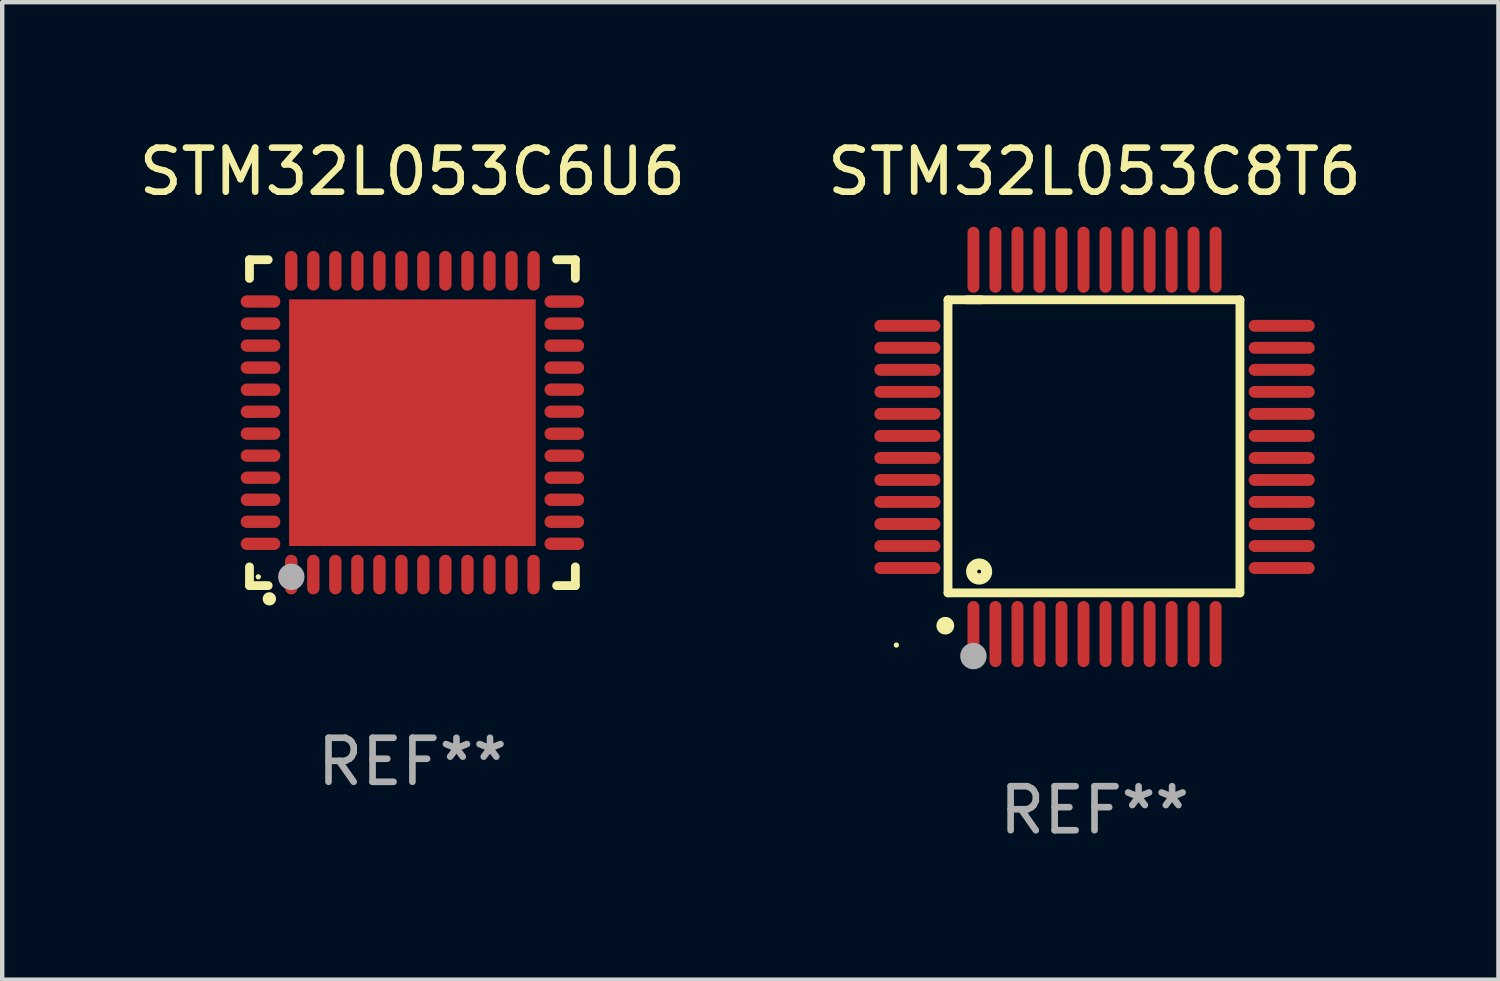
<source format=kicad_pcb>
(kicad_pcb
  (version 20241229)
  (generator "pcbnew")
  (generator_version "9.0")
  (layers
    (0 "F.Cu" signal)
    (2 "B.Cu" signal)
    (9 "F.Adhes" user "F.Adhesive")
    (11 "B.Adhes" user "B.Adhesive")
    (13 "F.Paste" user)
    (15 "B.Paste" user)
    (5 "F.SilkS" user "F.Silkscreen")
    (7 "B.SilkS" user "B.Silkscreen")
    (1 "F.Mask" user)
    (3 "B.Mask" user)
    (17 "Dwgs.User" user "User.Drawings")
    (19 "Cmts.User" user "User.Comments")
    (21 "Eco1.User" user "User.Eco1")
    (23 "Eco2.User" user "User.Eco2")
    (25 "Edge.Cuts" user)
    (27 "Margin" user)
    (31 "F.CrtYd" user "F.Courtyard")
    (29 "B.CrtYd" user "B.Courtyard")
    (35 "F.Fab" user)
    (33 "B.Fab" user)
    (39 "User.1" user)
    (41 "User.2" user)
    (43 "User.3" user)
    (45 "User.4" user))
  (footprint "STM32L053C6U6"
    (layer "F.Cu")
    (at 6.315 6.548)
    (property "Reference" "STM32L053C6U6" (at 0 -5.7 0) (layer "F.SilkS") (effects (font (size 1 1) (thickness 0.15))))
    (attr through_hole)
    (fp_line (start -3.7 -3.7) (end -3.275 -3.7) (stroke (width 0.2) (type solid)) (layer "F.SilkS"))
    (fp_line (start -3.7 -3.275) (end -3.7 -3.7) (stroke (width 0.2) (type solid)) (layer "F.SilkS"))
    (fp_line (start -3.7 3.7) (end -3.7 3.275) (stroke (width 0.2) (type solid)) (layer "F.SilkS"))
    (fp_line (start -3.275 3.7) (end -3.7 3.7) (stroke (width 0.2) (type solid)) (layer "F.SilkS"))
    (fp_line (start 3.7 -3.7) (end 3.275 -3.7) (stroke (width 0.2) (type solid)) (layer "F.SilkS"))
    (fp_line (start 3.7 -3.275) (end 3.7 -3.7) (stroke (width 0.2) (type solid)) (layer "F.SilkS"))
    (fp_line (start 3.7 3.275) (end 3.7 3.7) (stroke (width 0.2) (type solid)) (layer "F.SilkS"))
    (fp_line (start 3.7 3.7) (end 3.275 3.7) (stroke (width 0.2) (type solid)) (layer "F.SilkS"))
    (fp_arc (start -3.249936 3.999975) (mid -3.248666 3.99997) (end -3.247396 3.999975) (stroke (width 0.3) (type solid)) (layer "F.SilkS"))
    (fp_circle (center -3.5 3.5) (end -3.47 3.5) (stroke (width 0.06) (type solid)) (fill no) (layer "F.SilkS"))
    (fp_circle (center -2.75 3.5) (end -2.6 3.5) (stroke (width 0.3) (type solid)) (fill no) (layer "F.Fab"))
    (fp_text user "REF**" (at 0 7.7 0) (layer "F.Fab") (effects (font (size 1 1) (thickness 0.15))))
    (pad "1" smd oval (at -2.751 3.449) (size 0.28 0.9) (layers "F.Cu" "F.Mask" "F.Paste"))
    (pad "2" smd oval (at -2.25 3.449) (size 0.28 0.9) (layers "F.Cu" "F.Mask" "F.Paste"))
    (pad "3" smd oval (at -1.75 3.449) (size 0.28 0.9) (layers "F.Cu" "F.Mask" "F.Paste"))
    (pad "4" smd oval (at -1.25 3.449) (size 0.28 0.9) (layers "F.Cu" "F.Mask" "F.Paste"))
    (pad "5" smd oval (at -0.749 3.449) (size 0.28 0.9) (layers "F.Cu" "F.Mask" "F.Paste"))
    (pad "6" smd oval (at -0.249 3.449) (size 0.28 0.9) (layers "F.Cu" "F.Mask" "F.Paste"))
    (pad "7" smd oval (at 0.249 3.449) (size 0.28 0.9) (layers "F.Cu" "F.Mask" "F.Paste"))
    (pad "8" smd oval (at 0.749 3.449) (size 0.28 0.9) (layers "F.Cu" "F.Mask" "F.Paste"))
    (pad "9" smd oval (at 1.25 3.449) (size 0.28 0.9) (layers "F.Cu" "F.Mask" "F.Paste"))
    (pad "10" smd oval (at 1.75 3.449) (size 0.28 0.9) (layers "F.Cu" "F.Mask" "F.Paste"))
    (pad "11" smd oval (at 2.251 3.449) (size 0.28 0.9) (layers "F.Cu" "F.Mask" "F.Paste"))
    (pad "12" smd oval (at 2.751 3.449) (size 0.28 0.9) (layers "F.Cu" "F.Mask" "F.Paste"))
    (pad "13" smd oval (at 3.449 2.75) (size 0.9 0.28) (layers "F.Cu" "F.Mask" "F.Paste"))
    (pad "14" smd oval (at 3.449 2.25) (size 0.9 0.28) (layers "F.Cu" "F.Mask" "F.Paste"))
    (pad "15" smd oval (at 3.449 1.75) (size 0.9 0.28) (layers "F.Cu" "F.Mask" "F.Paste"))
    (pad "16" smd oval (at 3.449 1.25) (size 0.9 0.28) (layers "F.Cu" "F.Mask" "F.Paste"))
    (pad "17" smd oval (at 3.449 0.75) (size 0.9 0.28) (layers "F.Cu" "F.Mask" "F.Paste"))
    (pad "18" smd oval (at 3.449 0.25) (size 0.9 0.28) (layers "F.Cu" "F.Mask" "F.Paste"))
    (pad "19" smd oval (at 3.449 -0.25) (size 0.9 0.28) (layers "F.Cu" "F.Mask" "F.Paste"))
    (pad "20" smd oval (at 3.449 -0.75) (size 0.9 0.28) (layers "F.Cu" "F.Mask" "F.Paste"))
    (pad "21" smd oval (at 3.449 -1.25) (size 0.9 0.28) (layers "F.Cu" "F.Mask" "F.Paste"))
    (pad "22" smd oval (at 3.449 -1.75) (size 0.9 0.28) (layers "F.Cu" "F.Mask" "F.Paste"))
    (pad "23" smd oval (at 3.449 -2.25) (size 0.9 0.28) (layers "F.Cu" "F.Mask" "F.Paste"))
    (pad "24" smd oval (at 3.449 -2.75) (size 0.9 0.28) (layers "F.Cu" "F.Mask" "F.Paste"))
    (pad "25" smd oval (at 2.751 -3.449) (size 0.28 0.9) (layers "F.Cu" "F.Mask" "F.Paste"))
    (pad "26" smd oval (at 2.251 -3.449) (size 0.28 0.9) (layers "F.Cu" "F.Mask" "F.Paste"))
    (pad "27" smd oval (at 1.75 -3.449) (size 0.28 0.9) (layers "F.Cu" "F.Mask" "F.Paste"))
    (pad "28" smd oval (at 1.25 -3.449) (size 0.28 0.9) (layers "F.Cu" "F.Mask" "F.Paste"))
    (pad "29" smd oval (at 0.749 -3.449) (size 0.28 0.9) (layers "F.Cu" "F.Mask" "F.Paste"))
    (pad "30" smd oval (at 0.249 -3.449) (size 0.28 0.9) (layers "F.Cu" "F.Mask" "F.Paste"))
    (pad "31" smd oval (at -0.249 -3.449) (size 0.28 0.9) (layers "F.Cu" "F.Mask" "F.Paste"))
    (pad "32" smd oval (at -0.749 -3.449) (size 0.28 0.9) (layers "F.Cu" "F.Mask" "F.Paste"))
    (pad "33" smd oval (at -1.25 -3.449) (size 0.28 0.9) (layers "F.Cu" "F.Mask" "F.Paste"))
    (pad "34" smd oval (at -1.75 -3.449) (size 0.28 0.9) (layers "F.Cu" "F.Mask" "F.Paste"))
    (pad "35" smd oval (at -2.25 -3.449) (size 0.28 0.9) (layers "F.Cu" "F.Mask" "F.Paste"))
    (pad "36" smd oval (at -2.751 -3.449) (size 0.28 0.9) (layers "F.Cu" "F.Mask" "F.Paste"))
    (pad "37" smd oval (at -3.449 -2.751) (size 0.9 0.28) (layers "F.Cu" "F.Mask" "F.Paste"))
    (pad "38" smd oval (at -3.449 -2.25) (size 0.9 0.28) (layers "F.Cu" "F.Mask" "F.Paste"))
    (pad "39" smd oval (at -3.449 -1.75) (size 0.9 0.28) (layers "F.Cu" "F.Mask" "F.Paste"))
    (pad "40" smd oval (at -3.449 -1.25) (size 0.9 0.28) (layers "F.Cu" "F.Mask" "F.Paste"))
    (pad "41" smd oval (at -3.449 -0.749) (size 0.9 0.28) (layers "F.Cu" "F.Mask" "F.Paste"))
    (pad "42" smd oval (at -3.449 -0.249) (size 0.9 0.28) (layers "F.Cu" "F.Mask" "F.Paste"))
    (pad "43" smd oval (at -3.449 0.249) (size 0.9 0.28) (layers "F.Cu" "F.Mask" "F.Paste"))
    (pad "44" smd oval (at -3.449 0.749) (size 0.9 0.28) (layers "F.Cu" "F.Mask" "F.Paste"))
    (pad "45" smd oval (at -3.449 1.25) (size 0.9 0.28) (layers "F.Cu" "F.Mask" "F.Paste"))
    (pad "46" smd oval (at -3.449 1.75) (size 0.9 0.28) (layers "F.Cu" "F.Mask" "F.Paste"))
    (pad "47" smd oval (at -3.449 2.25) (size 0.9 0.28) (layers "F.Cu" "F.Mask" "F.Paste"))
    (pad "48" smd oval (at -3.449 2.751) (size 0.9 0.28) (layers "F.Cu" "F.Mask" "F.Paste"))
    (pad "49" smd rect (at 0.000076 -0.000025) (size 5.6 5.6) (layers "F.Cu" "F.Mask" "F.Paste")))
  (footprint "STM32L053C8T6"
    (layer "F.Cu")
    (at 21.804 7.098)
    (property "Reference" "STM32L053C8T6" (at 0 -6.25 0) (layer "F.SilkS") (effects (font (size 1 1) (thickness 0.15))))
    (attr through_hole)
    (fp_line (start -3.327 -3.34) (end -2.565 -3.34) (stroke (width 0.2) (type solid)) (layer "F.SilkS"))
    (fp_line (start -3.327 3.315) (end -3.327 -3.34) (stroke (width 0.2) (type solid)) (layer "F.SilkS"))
    (fp_line (start -2.896 -3.34) (end 3.302 -3.34) (stroke (width 0.2) (type solid)) (layer "F.SilkS"))
    (fp_line (start 3.302 -3.34) (end 3.302 3.315) (stroke (width 0.2) (type solid)) (layer "F.SilkS"))
    (fp_line (start 3.302 3.315) (end -3.327 3.315) (stroke (width 0.2) (type solid)) (layer "F.SilkS"))
    (fp_arc (start -3.389992 4.059995) (mid -3.388722 4.059991) (end -3.387452 4.059995) (stroke (width 0.4) (type solid)) (layer "F.SilkS"))
    (fp_circle (center -4.5 4.5) (end -4.47 4.5) (stroke (width 0.06) (type solid)) (fill no) (layer "F.SilkS"))
    (fp_circle (center -2.62 2.83) (end -2.45 2.83) (stroke (width 0.254) (type solid)) (fill no) (layer "F.SilkS"))
    (fp_circle (center -2.75 4.75) (end -2.6 4.75) (stroke (width 0.3) (type solid)) (fill no) (layer "F.Fab"))
    (fp_text user "REF**" (at 0 8.25 0) (layer "F.Fab") (effects (font (size 1 1) (thickness 0.15))))
    (pad "1" smd oval (at -2.75 4.25) (size 0.27 1.5) (layers "F.Cu" "F.Mask" "F.Paste"))
    (pad "2" smd oval (at -2.25 4.25) (size 0.27 1.5) (layers "F.Cu" "F.Mask" "F.Paste"))
    (pad "3" smd oval (at -1.75 4.25) (size 0.27 1.5) (layers "F.Cu" "F.Mask" "F.Paste"))
    (pad "4" smd oval (at -1.25 4.25) (size 0.27 1.5) (layers "F.Cu" "F.Mask" "F.Paste"))
    (pad "5" smd oval (at -0.75 4.25) (size 0.27 1.5) (layers "F.Cu" "F.Mask" "F.Paste"))
    (pad "6" smd oval (at -0.25 4.25) (size 0.27 1.5) (layers "F.Cu" "F.Mask" "F.Paste"))
    (pad "7" smd oval (at 0.25 4.25) (size 0.27 1.5) (layers "F.Cu" "F.Mask" "F.Paste"))
    (pad "8" smd oval (at 0.75 4.25) (size 0.27 1.5) (layers "F.Cu" "F.Mask" "F.Paste"))
    (pad "9" smd oval (at 1.25 4.25) (size 0.27 1.5) (layers "F.Cu" "F.Mask" "F.Paste"))
    (pad "10" smd oval (at 1.75 4.25) (size 0.27 1.5) (layers "F.Cu" "F.Mask" "F.Paste"))
    (pad "11" smd oval (at 2.25 4.25) (size 0.27 1.5) (layers "F.Cu" "F.Mask" "F.Paste"))
    (pad "12" smd oval (at 2.75 4.25) (size 0.27 1.5) (layers "F.Cu" "F.Mask" "F.Paste"))
    (pad "13" smd oval (at 4.25 2.75) (size 1.5 0.27) (layers "F.Cu" "F.Mask" "F.Paste"))
    (pad "14" smd oval (at 4.25 2.25) (size 1.5 0.27) (layers "F.Cu" "F.Mask" "F.Paste"))
    (pad "15" smd oval (at 4.25 1.75) (size 1.5 0.27) (layers "F.Cu" "F.Mask" "F.Paste"))
    (pad "16" smd oval (at 4.25 1.25) (size 1.5 0.27) (layers "F.Cu" "F.Mask" "F.Paste"))
    (pad "17" smd oval (at 4.25 0.75) (size 1.5 0.27) (layers "F.Cu" "F.Mask" "F.Paste"))
    (pad "18" smd oval (at 4.25 0.25) (size 1.5 0.27) (layers "F.Cu" "F.Mask" "F.Paste"))
    (pad "19" smd oval (at 4.25 -0.25) (size 1.5 0.27) (layers "F.Cu" "F.Mask" "F.Paste"))
    (pad "20" smd oval (at 4.25 -0.75) (size 1.5 0.27) (layers "F.Cu" "F.Mask" "F.Paste"))
    (pad "21" smd oval (at 4.25 -1.25) (size 1.5 0.27) (layers "F.Cu" "F.Mask" "F.Paste"))
    (pad "22" smd oval (at 4.25 -1.75) (size 1.5 0.27) (layers "F.Cu" "F.Mask" "F.Paste"))
    (pad "23" smd oval (at 4.25 -2.25) (size 1.5 0.27) (layers "F.Cu" "F.Mask" "F.Paste"))
    (pad "24" smd oval (at 4.25 -2.75) (size 1.5 0.27) (layers "F.Cu" "F.Mask" "F.Paste"))
    (pad "25" smd oval (at 2.75 -4.25) (size 0.27 1.5) (layers "F.Cu" "F.Mask" "F.Paste"))
    (pad "26" smd oval (at 2.25 -4.25) (size 0.27 1.5) (layers "F.Cu" "F.Mask" "F.Paste"))
    (pad "27" smd oval (at 1.75 -4.25) (size 0.27 1.5) (layers "F.Cu" "F.Mask" "F.Paste"))
    (pad "28" smd oval (at 1.25 -4.25) (size 0.27 1.5) (layers "F.Cu" "F.Mask" "F.Paste"))
    (pad "29" smd oval (at 0.75 -4.25) (size 0.27 1.5) (layers "F.Cu" "F.Mask" "F.Paste"))
    (pad "30" smd oval (at 0.25 -4.25) (size 0.27 1.5) (layers "F.Cu" "F.Mask" "F.Paste"))
    (pad "31" smd oval (at -0.25 -4.25) (size 0.27 1.5) (layers "F.Cu" "F.Mask" "F.Paste"))
    (pad "32" smd oval (at -0.75 -4.25) (size 0.27 1.5) (layers "F.Cu" "F.Mask" "F.Paste"))
    (pad "33" smd oval (at -1.25 -4.25) (size 0.27 1.5) (layers "F.Cu" "F.Mask" "F.Paste"))
    (pad "34" smd oval (at -1.75 -4.25) (size 0.27 1.5) (layers "F.Cu" "F.Mask" "F.Paste"))
    (pad "35" smd oval (at -2.25 -4.25) (size 0.27 1.5) (layers "F.Cu" "F.Mask" "F.Paste"))
    (pad "36" smd oval (at -2.75 -4.25) (size 0.27 1.5) (layers "F.Cu" "F.Mask" "F.Paste"))
    (pad "37" smd oval (at -4.25 -2.75) (size 1.5 0.27) (layers "F.Cu" "F.Mask" "F.Paste"))
    (pad "38" smd oval (at -4.25 -2.25) (size 1.5 0.27) (layers "F.Cu" "F.Mask" "F.Paste"))
    (pad "39" smd oval (at -4.25 -1.75) (size 1.5 0.27) (layers "F.Cu" "F.Mask" "F.Paste"))
    (pad "40" smd oval (at -4.25 -1.25) (size 1.5 0.27) (layers "F.Cu" "F.Mask" "F.Paste"))
    (pad "41" smd oval (at -4.25 -0.75) (size 1.5 0.27) (layers "F.Cu" "F.Mask" "F.Paste"))
    (pad "42" smd oval (at -4.25 -0.25) (size 1.5 0.27) (layers "F.Cu" "F.Mask" "F.Paste"))
    (pad "43" smd oval (at -4.25 0.25) (size 1.5 0.27) (layers "F.Cu" "F.Mask" "F.Paste"))
    (pad "44" smd oval (at -4.25 0.75) (size 1.5 0.27) (layers "F.Cu" "F.Mask" "F.Paste"))
    (pad "45" smd oval (at -4.25 1.25) (size 1.5 0.27) (layers "F.Cu" "F.Mask" "F.Paste"))
    (pad "46" smd oval (at -4.25 1.75) (size 1.5 0.27) (layers "F.Cu" "F.Mask" "F.Paste"))
    (pad "47" smd oval (at -4.25 2.25) (size 1.5 0.27) (layers "F.Cu" "F.Mask" "F.Paste"))
    (pad "48" smd oval (at -4.25 2.75) (size 1.5 0.27) (layers "F.Cu" "F.Mask" "F.Paste")))
  (gr_rect
    (start -3 -3)
    (end 30.976 19.196)
    (stroke (width 0.1) (type default))
    (fill no)
    (layer "Edge.Cuts")))
</source>
